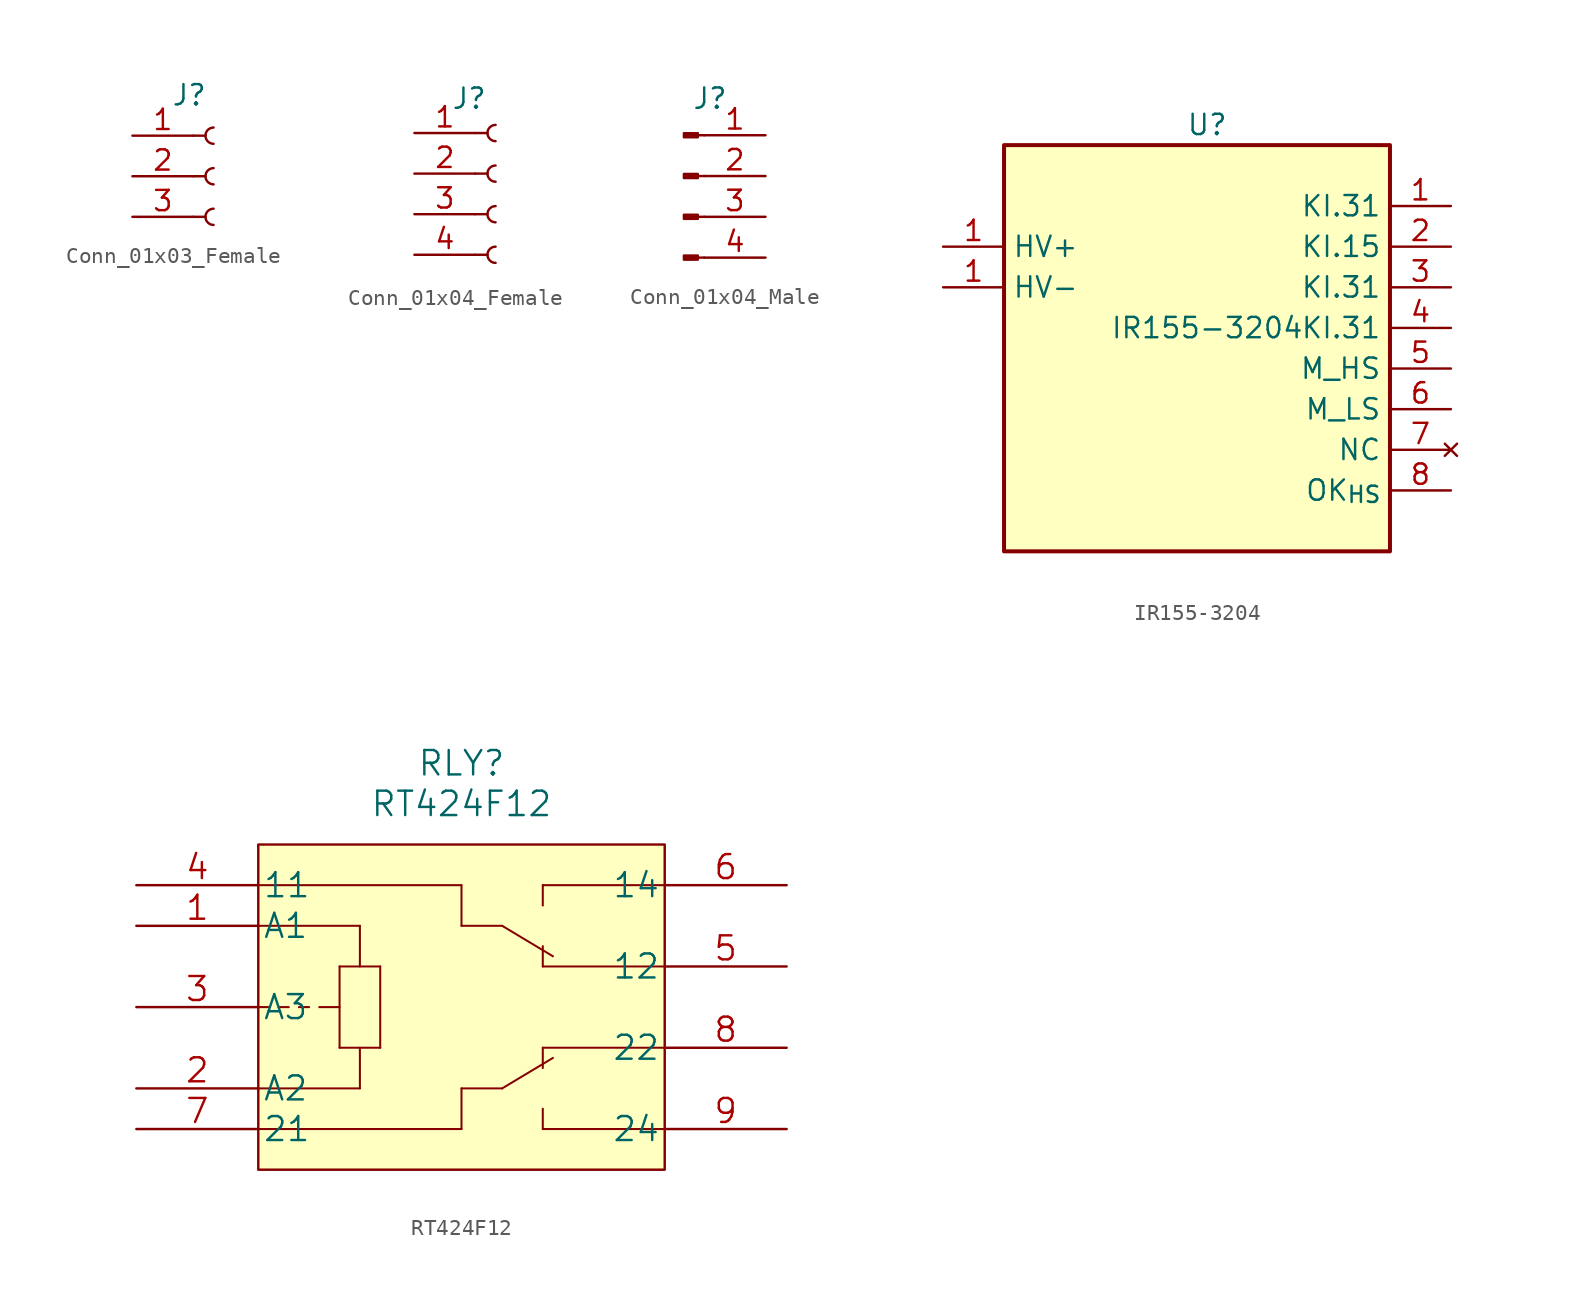
<source format=kicad_sym>
(kicad_symbol_lib
  (version 20211014)
  (generator kicad_symbol_editor)
  (symbol "Conn_01x03_Female"
    (property "Reference" "J"
      (at -1.524 5.08 0)
      (effects (font (size 1.27 1.27))))
    (symbol "Conn_01x03_Female_1_1"
      (arc (start 0 -2.032) (mid -0.508 -2.54) (end 0 -3.048) (stroke (width 0.1524) (type default) (color 0 0 0 0)) (fill (type none)))
      (polyline (pts (xy -1.27 -2.54) (xy -0.508 -2.54)) (stroke (width 0.152) (type default) (color 0 0 0 0)) (fill (type none)))
      (polyline (pts (xy -1.27 0) (xy -0.508 0)) (stroke (width 0.152) (type default) (color 0 0 0 0)) (fill (type none)))
      (polyline (pts (xy -1.27 2.54) (xy -0.508 2.54)) (stroke (width 0.152) (type default) (color 0 0 0 0)) (fill (type none)))
      (arc (start 0 0.508) (mid -0.508 0) (end 0 -0.508) (stroke (width 0.1524) (type default) (color 0 0 0 0)) (fill (type none)))
      (arc (start 0 3.048) (mid -0.508 2.54) (end 0 2.032) (stroke (width 0.1524) (type default) (color 0 0 0 0)) (fill (type none)))
      (pin input line (at 0 -2.54 180) (length 3.81) hide (name "" (effects (font (size 1.27 1.27)))) (number "" (effects (font (size 1.27 1.27)))))
      (pin input line (at 0 0 180) (length 3.81) hide (name "" (effects (font (size 1.27 1.27)))) (number "" (effects (font (size 1.27 1.27)))))
      (pin input line (at 0 2.54 180) (length 3.81) hide (name "" (effects (font (size 1.27 1.27)))) (number "" (effects (font (size 1.27 1.27)))))
      (pin passive line (at -5.08 2.54 0) (length 3.81) (name "" (effects (font (size 1.27 1.27)))) (number "1" (effects (font (size 1.27 1.27)))))
      (pin passive line (at -5.08 0 0) (length 3.81) (name "" (effects (font (size 1.27 1.27)))) (number "2" (effects (font (size 1.27 1.27)))))
      (pin passive line (at -5.08 -2.54 0) (length 3.81) (name "" (effects (font (size 1.27 1.27)))) (number "3" (effects (font (size 1.27 1.27)))))))
  (symbol "Conn_01x04_Female"
    (property "Reference" "J"
      (at -1.651 7.239 0)
      (effects (font (size 1.27 1.27))))
    (symbol "Conn_01x04_Female_1_1"
      (arc (start 0 -2.032) (mid -0.508 -2.54) (end 0 -3.048) (stroke (width 0.1524) (type default) (color 0 0 0 0)) (fill (type none)))
      (polyline (pts (xy -1.27 -2.54) (xy -0.508 -2.54)) (stroke (width 0.152) (type default) (color 0 0 0 0)) (fill (type none)))
      (polyline (pts (xy -1.27 0) (xy -0.508 0)) (stroke (width 0.152) (type default) (color 0 0 0 0)) (fill (type none)))
      (polyline (pts (xy -1.27 2.54) (xy -0.508 2.54)) (stroke (width 0.152) (type default) (color 0 0 0 0)) (fill (type none)))
      (polyline (pts (xy -1.27 5.08) (xy -0.508 5.08)) (stroke (width 0.152) (type default) (color 0 0 0 0)) (fill (type none)))
      (arc (start 0 0.508) (mid -0.508 0) (end 0 -0.508) (stroke (width 0.1524) (type default) (color 0 0 0 0)) (fill (type none)))
      (arc (start 0 3.048) (mid -0.508 2.54) (end 0 2.032) (stroke (width 0.1524) (type default) (color 0 0 0 0)) (fill (type none)))
      (arc (start 0 5.588) (mid -0.508 5.08) (end 0 4.572) (stroke (width 0.1524) (type default) (color 0 0 0 0)) (fill (type none)))
      (pin input line (at 0 -2.54 180) (length 3.81) hide (name "" (effects (font (size 1.27 1.27)))) (number "" (effects (font (size 1.27 1.27)))))
      (pin input line (at 0 0 180) (length 3.81) hide (name "" (effects (font (size 1.27 1.27)))) (number "" (effects (font (size 1.27 1.27)))))
      (pin input line (at 0 2.54 180) (length 3.81) hide (name "" (effects (font (size 1.27 1.27)))) (number "" (effects (font (size 1.27 1.27)))))
      (pin input line (at 0 5.08 180) (length 3.81) hide (name "" (effects (font (size 1.27 1.27)))) (number "" (effects (font (size 1.27 1.27)))))
      (pin passive line (at -5.08 5.08 0) (length 3.81) (name "" (effects (font (size 1.27 1.27)))) (number "1" (effects (font (size 1.27 1.27)))))
      (pin passive line (at -5.08 2.54 0) (length 3.81) (name "" (effects (font (size 1.27 1.27)))) (number "2" (effects (font (size 1.27 1.27)))))
      (pin passive line (at -5.08 0 0) (length 3.81) (name "" (effects (font (size 1.27 1.27)))) (number "3" (effects (font (size 1.27 1.27)))))
      (pin passive line (at -5.08 -2.54 0) (length 3.81) (name "" (effects (font (size 1.27 1.27)))) (number "4" (effects (font (size 1.27 1.27)))))))
  (symbol "Conn_01x04_Male"
    (property "Reference" "J"
      (at 1.651 7.366 0)
      (effects (font (size 1.27 1.27))))
    (symbol "Conn_01x04_Male_1_1"
      (polyline (pts (xy 1.295 -2.54) (xy 0.889 -2.54)) (stroke (width 0.152) (type default) (color 0 0 0 0)) (fill (type none)))
      (polyline (pts (xy 1.295 0) (xy 0.889 0)) (stroke (width 0.152) (type default) (color 0 0 0 0)) (fill (type none)))
      (polyline (pts (xy 1.295 2.54) (xy 0.889 2.54)) (stroke (width 0.152) (type default) (color 0 0 0 0)) (fill (type none)))
      (polyline (pts (xy 1.295 5.08) (xy 0.889 5.08)) (stroke (width 0.152) (type default) (color 0 0 0 0)) (fill (type none)))
      (rectangle (start 0.889 -2.413) (end 0.025 -2.667) (stroke (width 0.152) (type default) (color 0 0 0 0)) (fill (type outline)))
      (rectangle (start 0.889 0.127) (end 0.025 -0.127) (stroke (width 0.152) (type default) (color 0 0 0 0)) (fill (type outline)))
      (rectangle (start 0.889 2.667) (end 0.025 2.413) (stroke (width 0.152) (type default) (color 0 0 0 0)) (fill (type outline)))
      (rectangle (start 0.889 5.207) (end 0.025 4.953) (stroke (width 0.152) (type default) (color 0 0 0 0)) (fill (type outline)))
      (pin input line (at 0 -2.54 0) (length 3.81) hide (name "" (effects (font (size 1.27 1.27)))) (number "" (effects (font (size 1.27 1.27)))))
      (pin input line (at 0 0 0) (length 3.81) hide (name "" (effects (font (size 1.27 1.27)))) (number "" (effects (font (size 1.27 1.27)))))
      (pin input line (at 0 2.54 0) (length 3.81) hide (name "" (effects (font (size 1.27 1.27)))) (number "" (effects (font (size 1.27 1.27)))))
      (pin input line (at 0 5.08 0) (length 3.81) hide (name "" (effects (font (size 1.27 1.27)))) (number "" (effects (font (size 1.27 1.27)))))
      (pin passive line (at 5.105 5.08 180) (length 3.81) (name "" (effects (font (size 1.27 1.27)))) (number "1" (effects (font (size 1.27 1.27)))))
      (pin passive line (at 5.105 2.54 180) (length 3.81) (name "" (effects (font (size 1.27 1.27)))) (number "2" (effects (font (size 1.27 1.27)))))
      (pin passive line (at 5.105 0 180) (length 3.81) (name "" (effects (font (size 1.27 1.27)))) (number "3" (effects (font (size 1.27 1.27)))))
      (pin passive line (at 5.105 -2.54 180) (length 3.81) (name "" (effects (font (size 1.27 1.27)))) (number "4" (effects (font (size 1.27 1.27)))))))
  (symbol "IR155-3204"
    (property "Reference" "U"
      (at 0 12.7 0)
      (effects (font (size 1.27 1.27))))
    (property "Value" "IR155-3204"
      (at 0 0 0)
      (effects (font (size 1.27 1.27))))
    (symbol "IR155-3204_0_1"
      (rectangle (start -12.7 11.43) (end 11.43 -13.97) (stroke (width 0.25) (type default) (color 0 0 0 0)) (fill (type background))))
    (symbol "IR155-3204_1_1"
      (pin input line (at -16.51 5.08 0) (length 3.81) (name "HV+" (effects (font (size 1.27 1.27)))) (number "1" (effects (font (size 1.27 1.27)))))
      (pin input line (at -16.51 2.54 0) (length 3.81) (name "HV-" (effects (font (size 1.27 1.27)))) (number "1" (effects (font (size 1.27 1.27)))))
      (pin input line (at 15.24 7.62 180) (length 3.81) (name "KI.31" (effects (font (size 1.27 1.27)))) (number "1" (effects (font (size 1.27 1.27)))))
      (pin input line (at 15.24 5.08 180) (length 3.81) (name "KI.15" (effects (font (size 1.27 1.27)))) (number "2" (effects (font (size 1.27 1.27)))))
      (pin input line (at 15.24 2.54 180) (length 3.81) (name "KI.31" (effects (font (size 1.27 1.27)))) (number "3" (effects (font (size 1.27 1.27)))))
      (pin input line (at 15.24 0 180) (length 3.81) (name "KI.31" (effects (font (size 1.27 1.27)))) (number "4" (effects (font (size 1.27 1.27)))))
      (pin input line (at 15.24 -2.54 180) (length 3.81) (name "M_HS" (effects (font (size 1.27 1.27)))) (number "5" (effects (font (size 1.27 1.27)))))
      (pin input line (at 15.24 -5.08 180) (length 3.81) (name "M_LS" (effects (font (size 1.27 1.27)))) (number "6" (effects (font (size 1.27 1.27)))))
      (pin no_connect line (at 15.24 -7.62 180) (length 3.81) (name "NC" (effects (font (size 1.27 1.27)))) (number "7" (effects (font (size 1.27 1.27)))))
      (pin input line (at 15.24 -10.16 180) (length 3.81) (name "OK_{HS}" (effects (font (size 1.27 1.27)))) (number "8" (effects (font (size 1.27 1.27)))))))
  (symbol "RT424F12"
    (pin_names
      (offset 0.254))
    (property "Reference" "RLY"
      (at 20.32 7.62 0)
      (effects (font (size 1.524 1.524))))
    (property "Value" "RT424F12"
      (at 20.32 5.08 0)
      (effects (font (size 1.524 1.524))))
    (property "Datasheet" ""
      (at 0 0 0)
      (effects (font (size 1.524 1.524))))
    (property "ki_locked" ""
      (at 0 0 0)
      (effects (font (size 1.27 1.27))))
    (symbol "RT424F12_0_1"
      (rectangle (start 7.62 -17.78) (end 33.02 2.54) (stroke (width 0) (type default) (color 0 0 0 0)) (fill (type background))))
    (symbol "RT424F12_1_1"
      (polyline (pts (xy 7.62 -15.24) (xy 20.32 -15.24)) (stroke (width 0.127) (type default) (color 0 0 0 0)) (fill (type none)))
      (polyline (pts (xy 7.62 -7.62) (xy 8.255 -7.62)) (stroke (width 0.127) (type default) (color 0 0 0 0)) (fill (type none)))
      (polyline (pts (xy 7.62 0) (xy 20.32 0)) (stroke (width 0.127) (type default) (color 0 0 0 0)) (fill (type none)))
      (polyline (pts (xy 8.89 -7.62) (xy 9.525 -7.62)) (stroke (width 0.127) (type default) (color 0 0 0 0)) (fill (type none)))
      (polyline (pts (xy 10.16 -7.62) (xy 10.795 -7.62)) (stroke (width 0.127) (type default) (color 0 0 0 0)) (fill (type none)))
      (polyline (pts (xy 11.43 -7.62) (xy 12.7 -7.62)) (stroke (width 0.127) (type default) (color 0 0 0 0)) (fill (type none)))
      (polyline (pts (xy 12.7 -10.16) (xy 15.24 -10.16)) (stroke (width 0.127) (type default) (color 0 0 0 0)) (fill (type none)))
      (polyline (pts (xy 12.7 -5.08) (xy 12.7 -10.16)) (stroke (width 0.127) (type default) (color 0 0 0 0)) (fill (type none)))
      (polyline (pts (xy 12.7 -5.08) (xy 15.24 -5.08)) (stroke (width 0.127) (type default) (color 0 0 0 0)) (fill (type none)))
      (polyline (pts (xy 13.97 -12.7) (xy 7.62 -12.7)) (stroke (width 0.127) (type default) (color 0 0 0 0)) (fill (type none)))
      (polyline (pts (xy 13.97 -10.16) (xy 13.97 -12.7)) (stroke (width 0.127) (type default) (color 0 0 0 0)) (fill (type none)))
      (polyline (pts (xy 13.97 -5.08) (xy 13.97 -2.54)) (stroke (width 0.127) (type default) (color 0 0 0 0)) (fill (type none)))
      (polyline (pts (xy 13.97 -2.54) (xy 7.62 -2.54)) (stroke (width 0.127) (type default) (color 0 0 0 0)) (fill (type none)))
      (polyline (pts (xy 15.24 -10.16) (xy 15.24 -5.08)) (stroke (width 0.127) (type default) (color 0 0 0 0)) (fill (type none)))
      (polyline (pts (xy 20.32 -12.7) (xy 20.32 -15.24)) (stroke (width 0.127) (type default) (color 0 0 0 0)) (fill (type none)))
      (polyline (pts (xy 20.32 -12.7) (xy 22.86 -12.7)) (stroke (width 0.127) (type default) (color 0 0 0 0)) (fill (type none)))
      (polyline (pts (xy 20.32 -2.54) (xy 22.86 -2.54)) (stroke (width 0.127) (type default) (color 0 0 0 0)) (fill (type none)))
      (polyline (pts (xy 20.32 0) (xy 20.32 -2.54)) (stroke (width 0.127) (type default) (color 0 0 0 0)) (fill (type none)))
      (polyline (pts (xy 22.86 -12.7) (xy 26.035 -10.795)) (stroke (width 0.127) (type default) (color 0 0 0 0)) (fill (type none)))
      (polyline (pts (xy 22.86 -2.54) (xy 26.035 -4.445)) (stroke (width 0.127) (type default) (color 0 0 0 0)) (fill (type none)))
      (polyline (pts (xy 25.4 -15.24) (xy 33.02 -15.24)) (stroke (width 0.127) (type default) (color 0 0 0 0)) (fill (type none)))
      (polyline (pts (xy 25.4 -13.97) (xy 25.4 -15.24)) (stroke (width 0.127) (type default) (color 0 0 0 0)) (fill (type none)))
      (polyline (pts (xy 25.4 -10.16) (xy 25.4 -11.43)) (stroke (width 0.127) (type default) (color 0 0 0 0)) (fill (type none)))
      (polyline (pts (xy 25.4 -5.08) (xy 33.02 -5.08)) (stroke (width 0.127) (type default) (color 0 0 0 0)) (fill (type none)))
      (polyline (pts (xy 25.4 -3.81) (xy 25.4 -5.08)) (stroke (width 0.127) (type default) (color 0 0 0 0)) (fill (type none)))
      (polyline (pts (xy 25.4 0) (xy 25.4 -1.27)) (stroke (width 0.127) (type default) (color 0 0 0 0)) (fill (type none)))
      (polyline (pts (xy 33.02 -10.16) (xy 25.4 -10.16)) (stroke (width 0.127) (type default) (color 0 0 0 0)) (fill (type none)))
      (polyline (pts (xy 33.02 0) (xy 25.4 0)) (stroke (width 0.127) (type default) (color 0 0 0 0)) (fill (type none)))
      (pin unspecified line (at 0 -2.54 0) (length 7.62) (name "A1" (effects (font (size 1.499 1.499)))) (number "1" (effects (font (size 1.499 1.499)))))
      (pin unspecified line (at 0 -12.7 0) (length 7.62) (name "A2" (effects (font (size 1.499 1.499)))) (number "2" (effects (font (size 1.499 1.499)))))
      (pin unspecified line (at 0 -7.62 0) (length 7.62) (name "A3" (effects (font (size 1.499 1.499)))) (number "3" (effects (font (size 1.499 1.499)))))
      (pin unspecified line (at 0 0 0) (length 7.62) (name "11" (effects (font (size 1.499 1.499)))) (number "4" (effects (font (size 1.499 1.499)))))
      (pin unspecified line (at 40.64 -5.08 180) (length 7.62) (name "12" (effects (font (size 1.499 1.499)))) (number "5" (effects (font (size 1.499 1.499)))))
      (pin unspecified line (at 40.64 0 180) (length 7.62) (name "14" (effects (font (size 1.499 1.499)))) (number "6" (effects (font (size 1.499 1.499)))))
      (pin unspecified line (at 0 -15.24 0) (length 7.62) (name "21" (effects (font (size 1.499 1.499)))) (number "7" (effects (font (size 1.499 1.499)))))
      (pin unspecified line (at 40.64 -10.16 180) (length 7.62) (name "22" (effects (font (size 1.499 1.499)))) (number "8" (effects (font (size 1.499 1.499)))))
      (pin unspecified line (at 40.64 -15.24 180) (length 7.62) (name "24" (effects (font (size 1.499 1.499)))) (number "9" (effects (font (size 1.499 1.499))))))))
</source>
